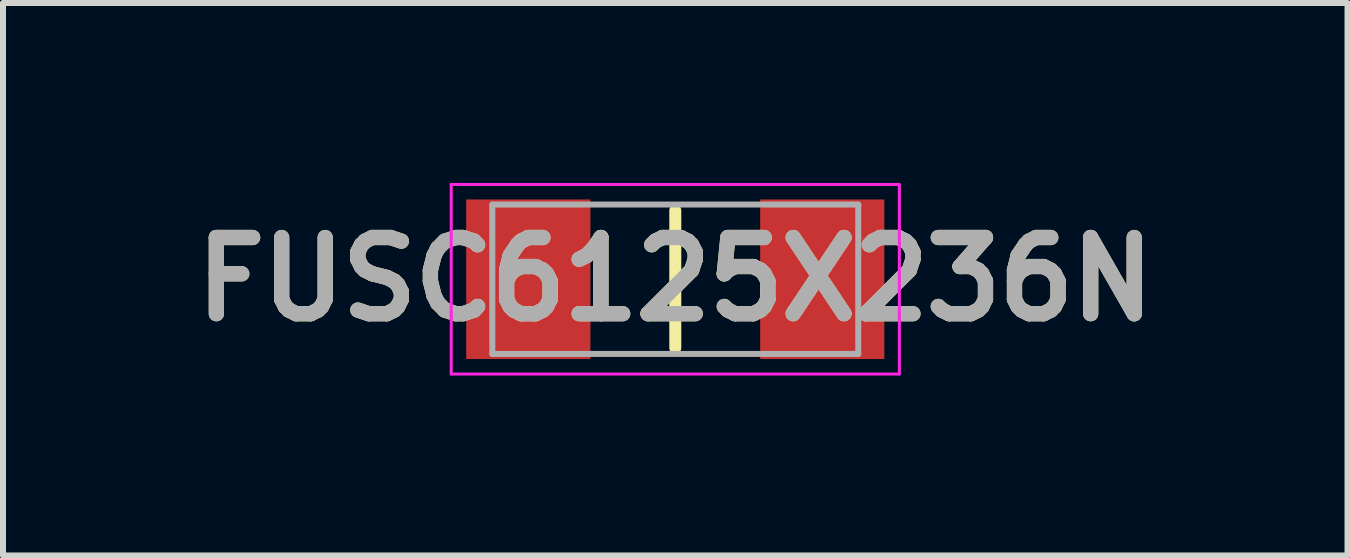
<source format=kicad_pcb>
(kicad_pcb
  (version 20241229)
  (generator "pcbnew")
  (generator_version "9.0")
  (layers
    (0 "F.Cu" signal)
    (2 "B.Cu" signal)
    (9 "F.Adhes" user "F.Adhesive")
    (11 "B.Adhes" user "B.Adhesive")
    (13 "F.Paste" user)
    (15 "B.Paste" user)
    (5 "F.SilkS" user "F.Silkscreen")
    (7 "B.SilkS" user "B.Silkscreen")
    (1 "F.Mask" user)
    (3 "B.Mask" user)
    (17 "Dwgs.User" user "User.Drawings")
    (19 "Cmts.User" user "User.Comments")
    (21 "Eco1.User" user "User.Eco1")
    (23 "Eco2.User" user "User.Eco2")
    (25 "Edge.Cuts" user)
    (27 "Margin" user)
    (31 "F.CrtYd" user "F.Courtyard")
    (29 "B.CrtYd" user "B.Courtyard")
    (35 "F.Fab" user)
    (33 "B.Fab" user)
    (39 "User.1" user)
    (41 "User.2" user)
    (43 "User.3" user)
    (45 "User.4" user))
  (footprint "FUSC6125X236N"
    (layer "F.Cu")
    (at 8.207 1.605)
    (property "Reference" "FUSC6125X236N" (at 0 0 0) (layer "F.SilkS") (effects (font (size 1.27 1.27) (thickness 0.254))))
    (attr smd)
    (fp_line (start 0 -1.145) (end 0 1.145) (stroke (width 0.2) (type solid)) (layer "F.SilkS"))
    (fp_line (start -3.735 -1.58) (end 3.735 -1.58) (stroke (width 0.05) (type solid)) (layer "F.CrtYd"))
    (fp_line (start -3.735 1.58) (end -3.735 -1.58) (stroke (width 0.05) (type solid)) (layer "F.CrtYd"))
    (fp_line (start 3.735 -1.58) (end 3.735 1.58) (stroke (width 0.05) (type solid)) (layer "F.CrtYd"))
    (fp_line (start 3.735 1.58) (end -3.735 1.58) (stroke (width 0.05) (type solid)) (layer "F.CrtYd"))
    (fp_line (start -3.05 -1.245) (end 3.05 -1.245) (stroke (width 0.1) (type solid)) (layer "F.Fab"))
    (fp_line (start -3.05 1.245) (end -3.05 -1.245) (stroke (width 0.1) (type solid)) (layer "F.Fab"))
    (fp_line (start 3.05 -1.245) (end 3.05 1.245) (stroke (width 0.1) (type solid)) (layer "F.Fab"))
    (fp_line (start 3.05 1.245) (end -3.05 1.245) (stroke (width 0.1) (type solid)) (layer "F.Fab"))
    (fp_text user "${REFERENCE}" (at 0 0 0) (layer "F.Fab") (effects (font (size 1.27 1.27) (thickness 0.254))))
    (pad "1" smd rect (at -2.45 0) (size 2.07 2.66) (layers "F.Cu" "F.Mask" "F.Paste"))
    (pad "2" smd rect (at 2.45 0) (size 2.07 2.66) (layers "F.Cu" "F.Mask" "F.Paste")))
  (gr_rect
    (start -3 -3)
    (end 19.413 6.21)
    (stroke (width 0.1) (type default))
    (fill no)
    (layer "Edge.Cuts")))
</source>
